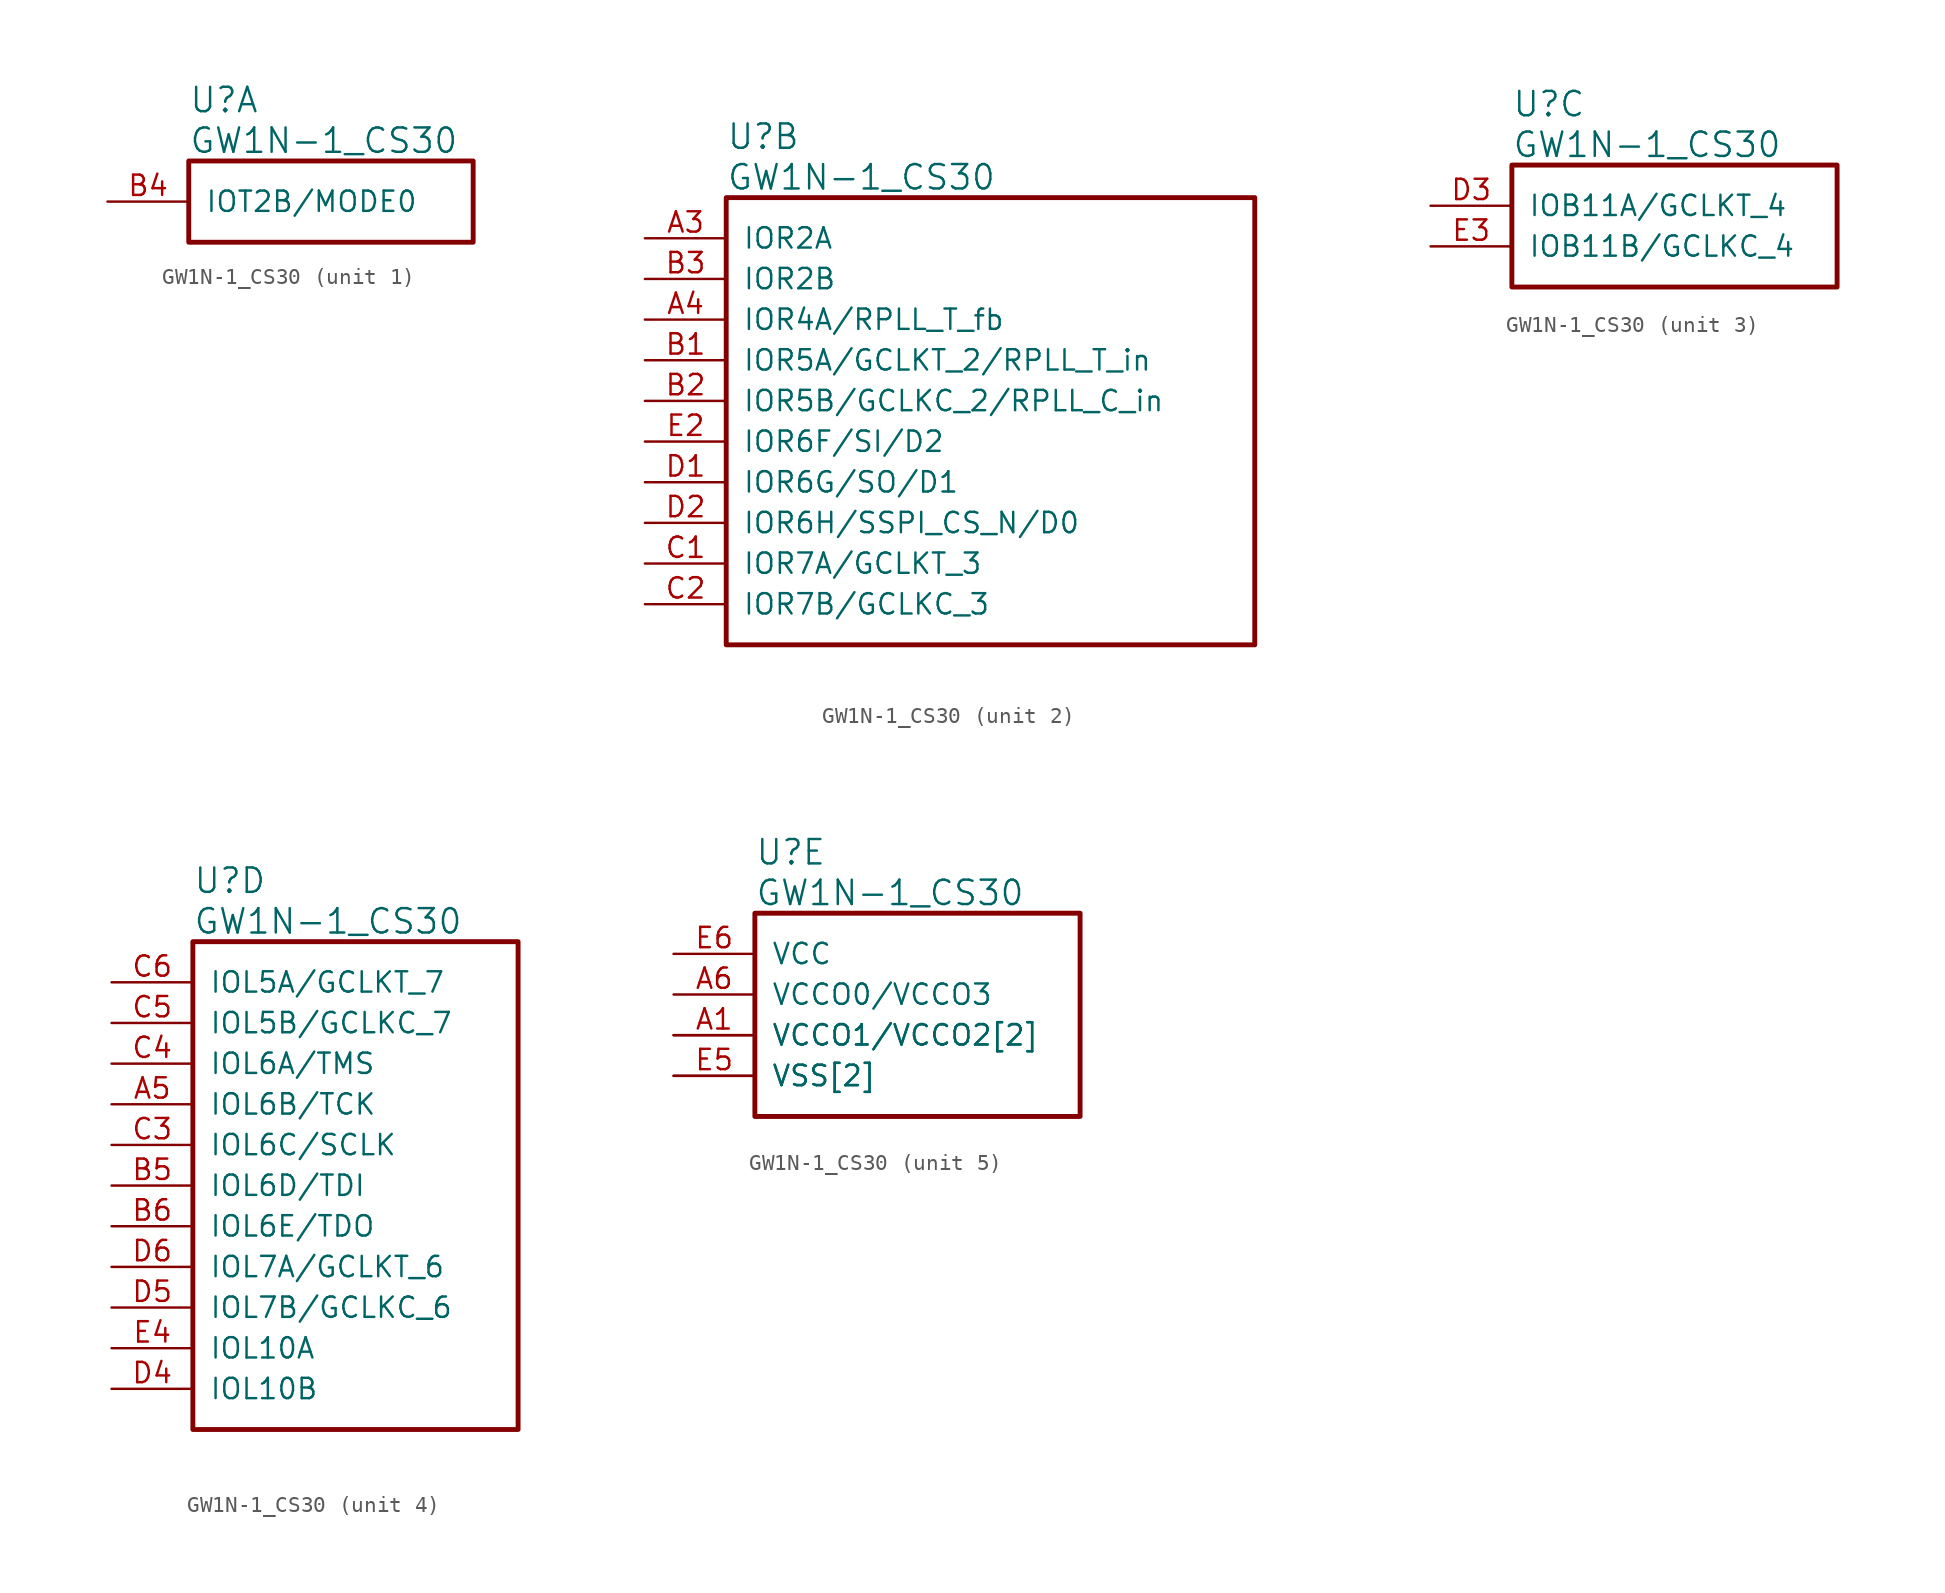
<source format=kicad_sym>
(kicad_symbol_lib
  (version 20220914)
  (generator kicad_symbol_editor)
  (symbol "GW1N-1_CS30"
    (pin_names
      (offset 1.016))
    (property "Reference" "U"
      (at 5.08 6.35 0)
      (effects (font (size 1.524 1.524)) (justify left)))
    (property "Value" "GW1N-1_CS30"
      (at 5.08 3.81 0)
      (effects (font (size 1.524 1.524)) (justify left)))
    (property "ki_locked" ""
      (at 0 0 0)
      (effects (font (size 1.27 1.27))))
    (symbol "GW1N-1_CS30_1_1"
      (rectangle (start 5.08 2.54) (end 22.86 -2.54) (stroke (width 0.305) (type solid)) (fill (type none)))
      (pin bidirectional line (at 0 0 0) (length 5.08) (name "IOT2B/MODE0" (effects (font (size 1.27 1.27)))) (number "B4" (effects (font (size 1.27 1.27))))))
    (symbol "GW1N-1_CS30_2_1"
      (rectangle (start 5.08 2.54) (end 38.1 -25.4) (stroke (width 0.305) (type solid)) (fill (type none)))
      (pin bidirectional line (at 0 0 0) (length 5.08) (name "IOR2A" (effects (font (size 1.27 1.27)))) (number "A3" (effects (font (size 1.27 1.27)))))
      (pin bidirectional line (at 0 -5.08 0) (length 5.08) (name "IOR4A/RPLL_T_fb" (effects (font (size 1.27 1.27)))) (number "A4" (effects (font (size 1.27 1.27)))))
      (pin bidirectional line (at 0 -7.62 0) (length 5.08) (name "IOR5A/GCLKT_2/RPLL_T_in" (effects (font (size 1.27 1.27)))) (number "B1" (effects (font (size 1.27 1.27)))))
      (pin bidirectional line (at 0 -10.16 0) (length 5.08) (name "IOR5B/GCLKC_2/RPLL_C_in" (effects (font (size 1.27 1.27)))) (number "B2" (effects (font (size 1.27 1.27)))))
      (pin bidirectional line (at 0 -2.54 0) (length 5.08) (name "IOR2B" (effects (font (size 1.27 1.27)))) (number "B3" (effects (font (size 1.27 1.27)))))
      (pin bidirectional line (at 0 -20.32 0) (length 5.08) (name "IOR7A/GCLKT_3" (effects (font (size 1.27 1.27)))) (number "C1" (effects (font (size 1.27 1.27)))))
      (pin bidirectional line (at 0 -22.86 0) (length 5.08) (name "IOR7B/GCLKC_3" (effects (font (size 1.27 1.27)))) (number "C2" (effects (font (size 1.27 1.27)))))
      (pin bidirectional line (at 0 -15.24 0) (length 5.08) (name "IOR6G/SO/D1" (effects (font (size 1.27 1.27)))) (number "D1" (effects (font (size 1.27 1.27)))))
      (pin bidirectional line (at 0 -17.78 0) (length 5.08) (name "IOR6H/SSPI_CS_N/D0" (effects (font (size 1.27 1.27)))) (number "D2" (effects (font (size 1.27 1.27)))))
      (pin bidirectional line (at 0 -12.7 0) (length 5.08) (name "IOR6F/SI/D2" (effects (font (size 1.27 1.27)))) (number "E2" (effects (font (size 1.27 1.27))))))
    (symbol "GW1N-1_CS30_3_1"
      (rectangle (start 5.08 2.54) (end 25.4 -5.08) (stroke (width 0.305) (type solid)) (fill (type none)))
      (pin bidirectional line (at 0 0 0) (length 5.08) (name "IOB11A/GCLKT_4" (effects (font (size 1.27 1.27)))) (number "D3" (effects (font (size 1.27 1.27)))))
      (pin bidirectional line (at 0 -2.54 0) (length 5.08) (name "IOB11B/GCLKC_4" (effects (font (size 1.27 1.27)))) (number "E3" (effects (font (size 1.27 1.27))))))
    (symbol "GW1N-1_CS30_4_1"
      (rectangle (start 5.08 2.54) (end 25.4 -27.94) (stroke (width 0.305) (type solid)) (fill (type none)))
      (pin bidirectional line (at 0 -7.62 0) (length 5.08) (name "IOL6B/TCK" (effects (font (size 1.27 1.27)))) (number "A5" (effects (font (size 1.27 1.27)))))
      (pin bidirectional line (at 0 -12.7 0) (length 5.08) (name "IOL6D/TDI" (effects (font (size 1.27 1.27)))) (number "B5" (effects (font (size 1.27 1.27)))))
      (pin bidirectional line (at 0 -15.24 0) (length 5.08) (name "IOL6E/TDO" (effects (font (size 1.27 1.27)))) (number "B6" (effects (font (size 1.27 1.27)))))
      (pin bidirectional line (at 0 -10.16 0) (length 5.08) (name "IOL6C/SCLK" (effects (font (size 1.27 1.27)))) (number "C3" (effects (font (size 1.27 1.27)))))
      (pin bidirectional line (at 0 -5.08 0) (length 5.08) (name "IOL6A/TMS" (effects (font (size 1.27 1.27)))) (number "C4" (effects (font (size 1.27 1.27)))))
      (pin bidirectional line (at 0 -2.54 0) (length 5.08) (name "IOL5B/GCLKC_7" (effects (font (size 1.27 1.27)))) (number "C5" (effects (font (size 1.27 1.27)))))
      (pin bidirectional line (at 0 0 0) (length 5.08) (name "IOL5A/GCLKT_7" (effects (font (size 1.27 1.27)))) (number "C6" (effects (font (size 1.27 1.27)))))
      (pin bidirectional line (at 0 -25.4 0) (length 5.08) (name "IOL10B" (effects (font (size 1.27 1.27)))) (number "D4" (effects (font (size 1.27 1.27)))))
      (pin bidirectional line (at 0 -20.32 0) (length 5.08) (name "IOL7B/GCLKC_6" (effects (font (size 1.27 1.27)))) (number "D5" (effects (font (size 1.27 1.27)))))
      (pin bidirectional line (at 0 -17.78 0) (length 5.08) (name "IOL7A/GCLKT_6" (effects (font (size 1.27 1.27)))) (number "D6" (effects (font (size 1.27 1.27)))))
      (pin bidirectional line (at 0 -22.86 0) (length 5.08) (name "IOL10A" (effects (font (size 1.27 1.27)))) (number "E4" (effects (font (size 1.27 1.27))))))
    (symbol "GW1N-1_CS30_5_1"
      (rectangle (start 5.08 2.54) (end 25.4 -10.16) (stroke (width 0.305) (type solid)) (fill (type none)))
      (pin power_in line (at 0 -5.08 0) (length 5.08) (name "VCCO1/VCCO2[2]" (effects (font (size 1.27 1.27)))) (number "A1" (effects (font (size 1.27 1.27)))))
      (pin power_in line (at 0 -7.62 0) (length 5.08) (name "VSS[2]" (effects (font (size 1.27 1.27)))) (number "A2" (effects (font (size 0 0)))))
      (pin power_in line (at 0 -2.54 0) (length 5.08) (name "VCCO0/VCCO3" (effects (font (size 1.27 1.27)))) (number "A6" (effects (font (size 1.27 1.27)))))
      (pin power_in line (at 0 -5.08 0) (length 5.08) (name "VCCO1/VCCO2[2]" (effects (font (size 1.27 1.27)))) (number "E1" (effects (font (size 0 0)))))
      (pin power_in line (at 0 -7.62 0) (length 5.08) (name "VSS[2]" (effects (font (size 1.27 1.27)))) (number "E5" (effects (font (size 1.27 1.27)))))
      (pin power_in line (at 0 0 0) (length 5.08) (name "VCC" (effects (font (size 1.27 1.27)))) (number "E6" (effects (font (size 1.27 1.27))))))))
</source>
